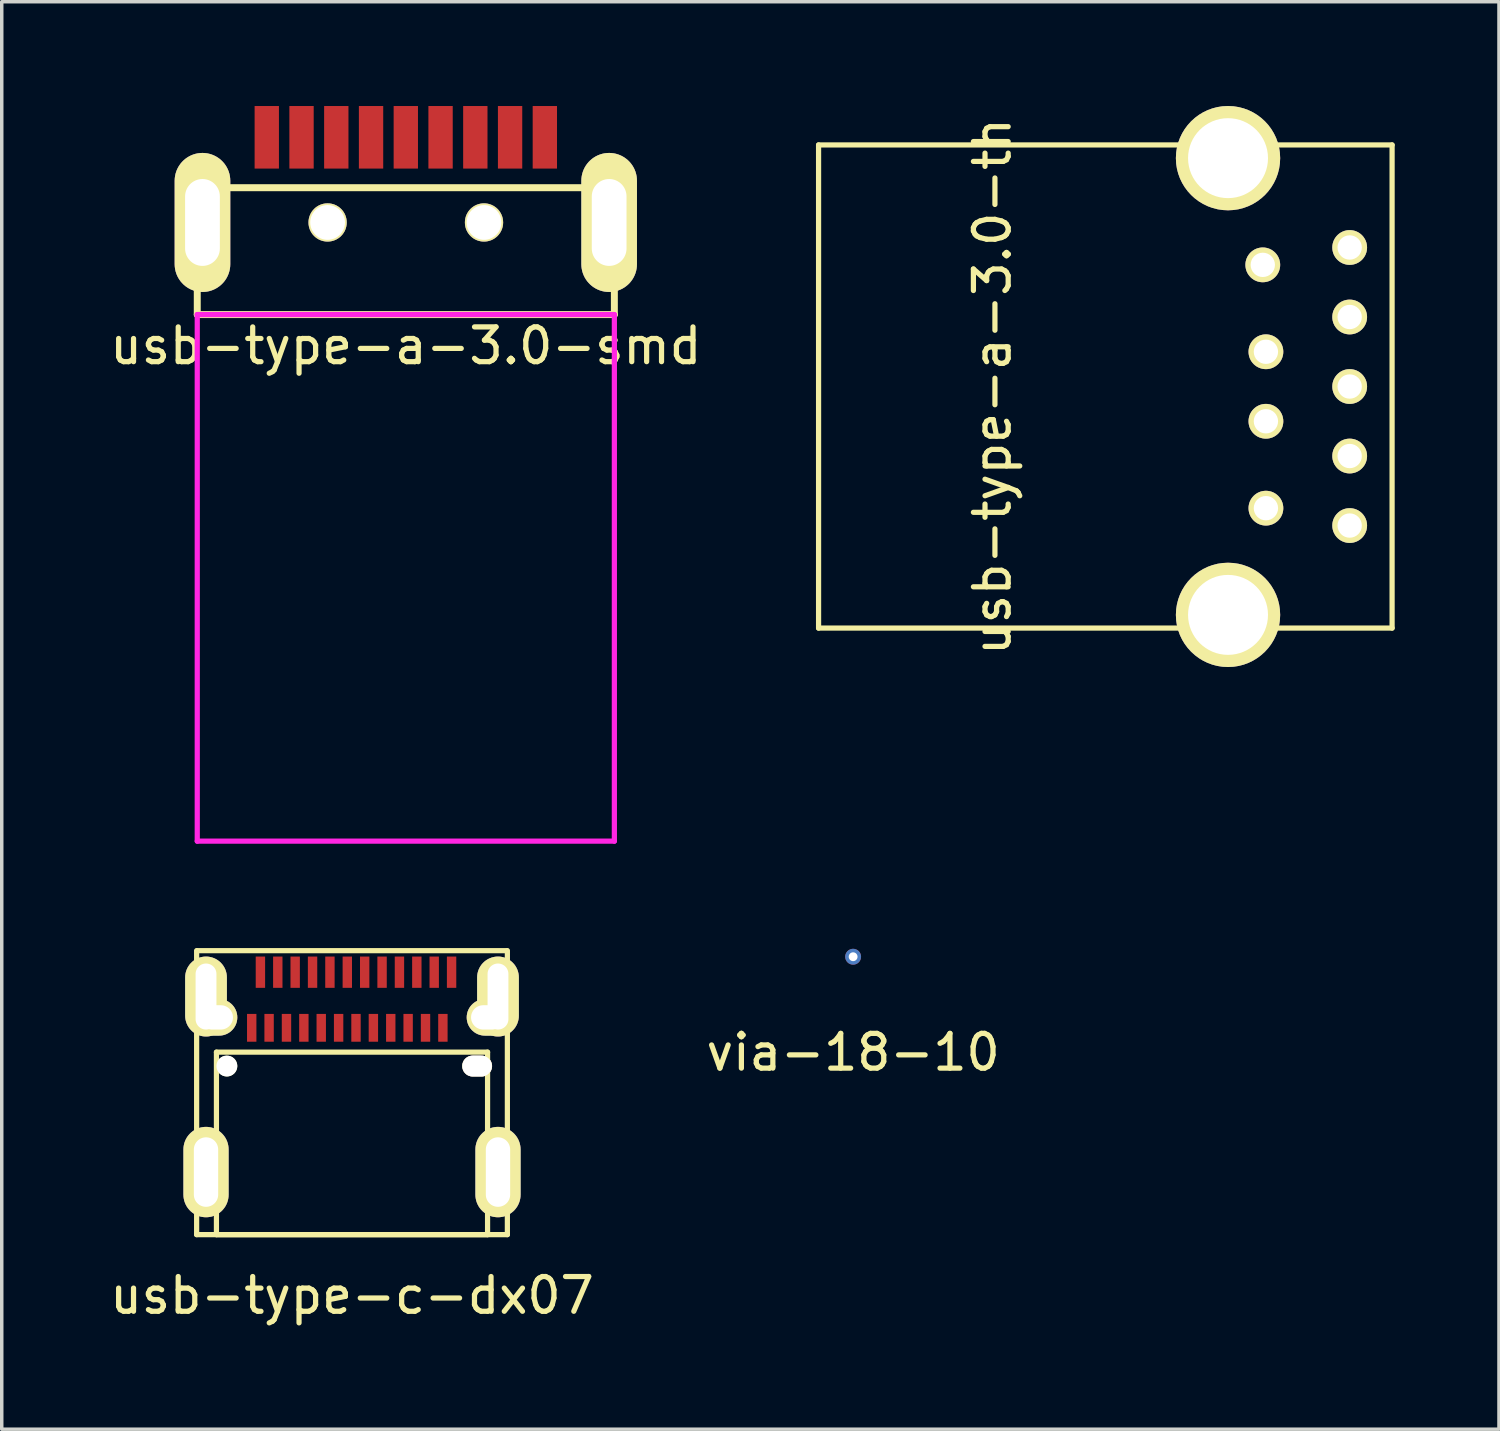
<source format=kicad_pcb>
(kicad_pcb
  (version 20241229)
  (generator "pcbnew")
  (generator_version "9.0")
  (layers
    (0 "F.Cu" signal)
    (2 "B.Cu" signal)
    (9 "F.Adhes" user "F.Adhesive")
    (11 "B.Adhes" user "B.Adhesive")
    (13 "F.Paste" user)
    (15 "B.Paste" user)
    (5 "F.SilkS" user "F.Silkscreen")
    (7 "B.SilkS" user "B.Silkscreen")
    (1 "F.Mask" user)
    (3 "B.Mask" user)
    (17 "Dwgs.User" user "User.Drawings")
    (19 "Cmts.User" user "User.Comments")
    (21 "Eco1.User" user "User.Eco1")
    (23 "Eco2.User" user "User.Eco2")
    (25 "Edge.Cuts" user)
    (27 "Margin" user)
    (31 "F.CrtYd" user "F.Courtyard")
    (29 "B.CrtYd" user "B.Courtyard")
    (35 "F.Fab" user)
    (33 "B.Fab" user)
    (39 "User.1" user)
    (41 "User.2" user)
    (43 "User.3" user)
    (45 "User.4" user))
  (footprint "usb-type-a-3.0-th"
    (layer "F.Cu")
    (at 20.5 8.07)
    (property "Reference" "usb-type-a-3.0-th" (at 5 0 90) (layer "F.SilkS") (effects (font (size 1 1) (thickness 0.15))))
    (attr through_hole)
    (fp_line (start 0 -6.95) (end 0 6.95) (stroke (width 0.15) (type solid)) (layer "F.SilkS"))
    (fp_line (start 16.5 -6.95) (end 0 -6.95) (stroke (width 0.15) (type solid)) (layer "F.SilkS"))
    (fp_line (start 16.5 -6.95) (end 16.5 6.95) (stroke (width 0.15) (type solid)) (layer "F.SilkS"))
    (fp_line (start 16.5 6.95) (end 0 6.95) (stroke (width 0.15) (type solid)) (layer "F.SilkS"))
    (pad "1" thru_hole circle (at 12.78 -3.5) (size 1 1) (drill 0.7) (layers "*.Cu" "*.Mask" "F.SilkS"))
    (pad "2" thru_hole circle (at 12.87 -1) (size 1 1) (drill 0.7) (layers "*.Cu" "*.Mask" "F.SilkS"))
    (pad "3" thru_hole circle (at 12.87 1) (size 1 1) (drill 0.7) (layers "*.Cu" "*.Mask" "F.SilkS"))
    (pad "4" thru_hole circle (at 12.87 3.5) (size 1 1) (drill 0.7) (layers "*.Cu" "*.Mask" "F.SilkS"))
    (pad "5" thru_hole circle (at 15.28 4) (size 1 1) (drill 0.7) (layers "*.Cu" "*.Mask" "F.SilkS"))
    (pad "6" thru_hole circle (at 15.28 2) (size 1 1) (drill 0.7) (layers "*.Cu" "*.Mask" "F.SilkS"))
    (pad "7" thru_hole circle (at 15.28 0) (size 1 1) (drill 0.7) (layers "*.Cu" "*.Mask" "F.SilkS"))
    (pad "8" thru_hole circle (at 15.28 -2) (size 1 1) (drill 0.7) (layers "*.Cu" "*.Mask" "F.SilkS"))
    (pad "9" thru_hole circle (at 15.28 -4) (size 1 1) (drill 0.7) (layers "*.Cu" "*.Mask" "F.SilkS"))
    (pad "10" thru_hole circle (at 11.78 -6.57) (size 3 3) (drill 2.3) (layers "*.Cu" "*.Mask" "F.SilkS"))
    (pad "10" thru_hole circle (at 11.78 6.57) (size 3 3) (drill 2.3) (layers "*.Cu" "*.Mask" "F.SilkS")))
  (footprint "via-18-10"
    (layer "F.Cu")
    (at 21.494 24.475)
    (property "Reference" "via-18-10" (at 0 2.75 0) (layer "F.SilkS") (effects (font (size 1 1) (thickness 0.15))))
    (attr through_hole)
    (pad "" thru_hole circle (at 0 0) (size 0.457 0.457) (drill 0.254) (layers "*.Cu")))
  (footprint "usb-type-c-dx07"
    (layer "F.Cu")
    (at 7.077 27.62)
    (property "Reference" "usb-type-c-dx07" (at 0 6.6 0) (layer "F.SilkS") (effects (font (size 1 1) (thickness 0.15))))
    (attr through_hole)
    (fp_line (start -4.47 4.85) (end -4.47 -3.32) (stroke (width 0.15) (type solid)) (layer "F.SilkS"))
    (fp_line (start -3.9 -0.4) (end -3.9 4.85) (stroke (width 0.15) (type solid)) (layer "F.SilkS"))
    (fp_line (start -3.9 4.85) (end 3.9 4.85) (stroke (width 0.15) (type solid)) (layer "F.SilkS"))
    (fp_line (start 3.9 -0.4) (end -3.9 -0.4) (stroke (width 0.15) (type solid)) (layer "F.SilkS"))
    (fp_line (start 3.9 4.85) (end 3.9 -0.4) (stroke (width 0.15) (type solid)) (layer "F.SilkS"))
    (fp_line (start 4.45 -3.32) (end -4.45 -3.32) (stroke (width 0.15) (type solid)) (layer "F.SilkS"))
    (fp_line (start 4.47 4.85) (end -4.47 4.85) (stroke (width 0.15) (type solid)) (layer "F.SilkS"))
    (fp_line (start 4.47 4.85) (end 4.47 -3.32) (stroke (width 0.15) (type solid)) (layer "F.SilkS"))
    (pad "" np_thru_hole oval (at -4.2 -2) (size 1.2 2.3) (drill oval 0.6 1.9) (layers "*.Cu" "*.Mask" "F.SilkS"))
    (pad "" np_thru_hole oval (at -4.2 3.05) (size 1.3 2.6) (drill oval 0.7 2) (layers "*.Cu" "*.Mask" "F.SilkS"))
    (pad "" np_thru_hole oval (at -3.9 -1.4) (size 1.2 1.05) (drill oval 0.95 0.7) (layers "*.Cu" "*.Mask" "F.SilkS"))
    (pad "" np_thru_hole circle (at -3.6 0) (size 0.6 0.6) (drill 0.6) (layers "*.Cu" "*.Mask" "F.SilkS"))
    (pad "" np_thru_hole oval (at 3.6 0) (size 0.86 0.6) (drill oval 0.85 0.6) (layers "*.Cu" "*.Mask" "F.SilkS"))
    (pad "" np_thru_hole oval (at 3.9 -1.4) (size 1.2 1.05) (drill oval 0.95 0.7) (layers "*.Cu" "*.Mask" "F.SilkS"))
    (pad "" np_thru_hole oval (at 4.2 -2) (size 1.2 2.3) (drill oval 0.6 1.9) (layers "*.Cu" "*.Mask" "F.SilkS"))
    (pad "" np_thru_hole oval (at 4.2 3.05) (size 1.3 2.6) (drill oval 0.7 2) (layers "*.Cu" "*.Mask" "F.SilkS"))
    (pad "A1" smd rect (at -2.635 -2.7) (size 0.27 0.9) (layers "F.Cu" "F.Mask" "F.Paste"))
    (pad "A2" smd rect (at -2.135 -2.7) (size 0.27 0.9) (layers "F.Cu" "F.Mask" "F.Paste"))
    (pad "A3" smd rect (at -1.635 -2.7) (size 0.27 0.9) (layers "F.Cu" "F.Mask" "F.Paste"))
    (pad "A4" smd rect (at -1.135 -2.7) (size 0.27 0.9) (layers "F.Cu" "F.Mask" "F.Paste"))
    (pad "A5" smd rect (at -0.635 -2.7) (size 0.27 0.9) (layers "F.Cu" "F.Mask" "F.Paste"))
    (pad "A6" smd rect (at -0.135 -2.7) (size 0.27 0.9) (layers "F.Cu" "F.Mask" "F.Paste"))
    (pad "A7" smd rect (at 0.365 -2.7) (size 0.27 0.9) (layers "F.Cu" "F.Mask" "F.Paste"))
    (pad "A8" smd rect (at 0.865 -2.7) (size 0.27 0.9) (layers "F.Cu" "F.Mask" "F.Paste"))
    (pad "A9" smd rect (at 1.365 -2.7) (size 0.27 0.9) (layers "F.Cu" "F.Mask" "F.Paste"))
    (pad "A10" smd rect (at 1.865 -2.7) (size 0.27 0.9) (layers "F.Cu" "F.Mask" "F.Paste"))
    (pad "A11" smd rect (at 2.365 -2.7) (size 0.27 0.9) (layers "F.Cu" "F.Mask" "F.Paste"))
    (pad "A12" smd rect (at 2.865 -2.7) (size 0.27 0.9) (layers "F.Cu" "F.Mask" "F.Paste"))
    (pad "B1" smd rect (at -2.885 -1.1) (size 0.27 0.8) (layers "F.Cu" "F.Mask" "F.Paste"))
    (pad "B2" smd rect (at -2.385 -1.1) (size 0.27 0.8) (layers "F.Cu" "F.Mask" "F.Paste"))
    (pad "B3" smd rect (at -1.885 -1.1) (size 0.27 0.8) (layers "F.Cu" "F.Mask" "F.Paste"))
    (pad "B4" smd rect (at -1.385 -1.1) (size 0.27 0.8) (layers "F.Cu" "F.Mask" "F.Paste"))
    (pad "B5" smd rect (at -0.885 -1.1) (size 0.27 0.8) (layers "F.Cu" "F.Mask" "F.Paste"))
    (pad "B6" smd rect (at -0.385 -1.1) (size 0.27 0.8) (layers "F.Cu" "F.Mask" "F.Paste"))
    (pad "B7" smd rect (at 0.115 -1.1) (size 0.27 0.8) (layers "F.Cu" "F.Mask" "F.Paste"))
    (pad "B8" smd rect (at 0.615 -1.1) (size 0.27 0.8) (layers "F.Cu" "F.Mask" "F.Paste"))
    (pad "B9" smd rect (at 1.115 -1.1) (size 0.27 0.8) (layers "F.Cu" "F.Mask" "F.Paste"))
    (pad "B10" smd rect (at 1.615 -1.1) (size 0.27 0.8) (layers "F.Cu" "F.Mask" "F.Paste"))
    (pad "B11" smd rect (at 2.115 -1.1) (size 0.27 0.8) (layers "F.Cu" "F.Mask" "F.Paste"))
    (pad "B12" smd rect (at 2.615 -1.1) (size 0.27 0.8) (layers "F.Cu" "F.Mask" "F.Paste")))
  (footprint "usb-type-a-3.0-smd"
    (layer "F.Cu")
    (at 8.625 3.35)
    (property "Reference" "usb-type-a-3.0-smd" (at 0 3.55 0) (layer "F.SilkS") (effects (font (size 1 1) (thickness 0.15))))
    (attr through_hole)
    (fp_line (start -6 -1) (end -6 2.65) (stroke (width 0.2) (type solid)) (layer "F.SilkS"))
    (fp_line (start -6 -1) (end 6 -1) (stroke (width 0.2) (type solid)) (layer "F.SilkS"))
    (fp_line (start -6 2.65) (end 6 2.65) (stroke (width 0.2) (type solid)) (layer "F.SilkS"))
    (fp_line (start 6 2.65) (end 6 -1) (stroke (width 0.2) (type solid)) (layer "F.SilkS"))
    (fp_line (start -6 2.65) (end -6 17.8) (stroke (width 0.15) (type solid)) (layer "F.CrtYd"))
    (fp_line (start -6 2.65) (end 6 2.65) (stroke (width 0.15) (type solid)) (layer "F.CrtYd"))
    (fp_line (start -6 17.8) (end 6 17.8) (stroke (width 0.15) (type solid)) (layer "F.CrtYd"))
    (fp_line (start 6 17.8) (end 6 2.65) (stroke (width 0.15) (type solid)) (layer "F.CrtYd"))
    (pad "" np_thru_hole circle (at -2.25 0) (size 1.1 1.1) (drill 1) (layers "*.Cu" "*.Mask" "F.SilkS"))
    (pad "" np_thru_hole circle (at 2.25 0) (size 1.1 1.1) (drill 1) (layers "*.Cu" "*.Mask" "F.SilkS"))
    (pad "1" smd rect (at 3 -2.45) (size 0.7 1.8) (layers "F.Cu" "F.Mask" "F.Paste"))
    (pad "2" smd rect (at 1 -2.45) (size 0.7 1.8) (layers "F.Cu" "F.Mask" "F.Paste"))
    (pad "3" smd rect (at -1 -2.45) (size 0.7 1.8) (layers "F.Cu" "F.Mask" "F.Paste"))
    (pad "4" smd rect (at -3 -2.45) (size 0.7 1.8) (layers "F.Cu" "F.Mask" "F.Paste"))
    (pad "5" smd rect (at -4 -2.45) (size 0.7 1.8) (layers "F.Cu" "F.Mask" "F.Paste"))
    (pad "6" smd rect (at -2 -2.45) (size 0.7 1.8) (layers "F.Cu" "F.Mask" "F.Paste"))
    (pad "7" smd rect (at 0 -2.45) (size 0.7 1.8) (layers "F.Cu" "F.Mask" "F.Paste"))
    (pad "8" smd rect (at 2 -2.45) (size 0.7 1.8) (layers "F.Cu" "F.Mask" "F.Paste"))
    (pad "9" smd rect (at 4 -2.45) (size 0.7 1.8) (layers "F.Cu" "F.Mask" "F.Paste"))
    (pad "10" thru_hole oval (at -5.85 0) (size 1.6 4) (drill oval 1 2.5) (layers "*.Cu" "*.Mask" "F.SilkS"))
    (pad "10" thru_hole oval (at 5.85 0) (size 1.6 4) (drill oval 1 2.5) (layers "*.Cu" "*.Mask" "F.SilkS")))
  (gr_rect
    (start -3 -3)
    (end 40.075 38.068)
    (stroke (width 0.1) (type default))
    (fill no)
    (layer "Edge.Cuts")))
</source>
